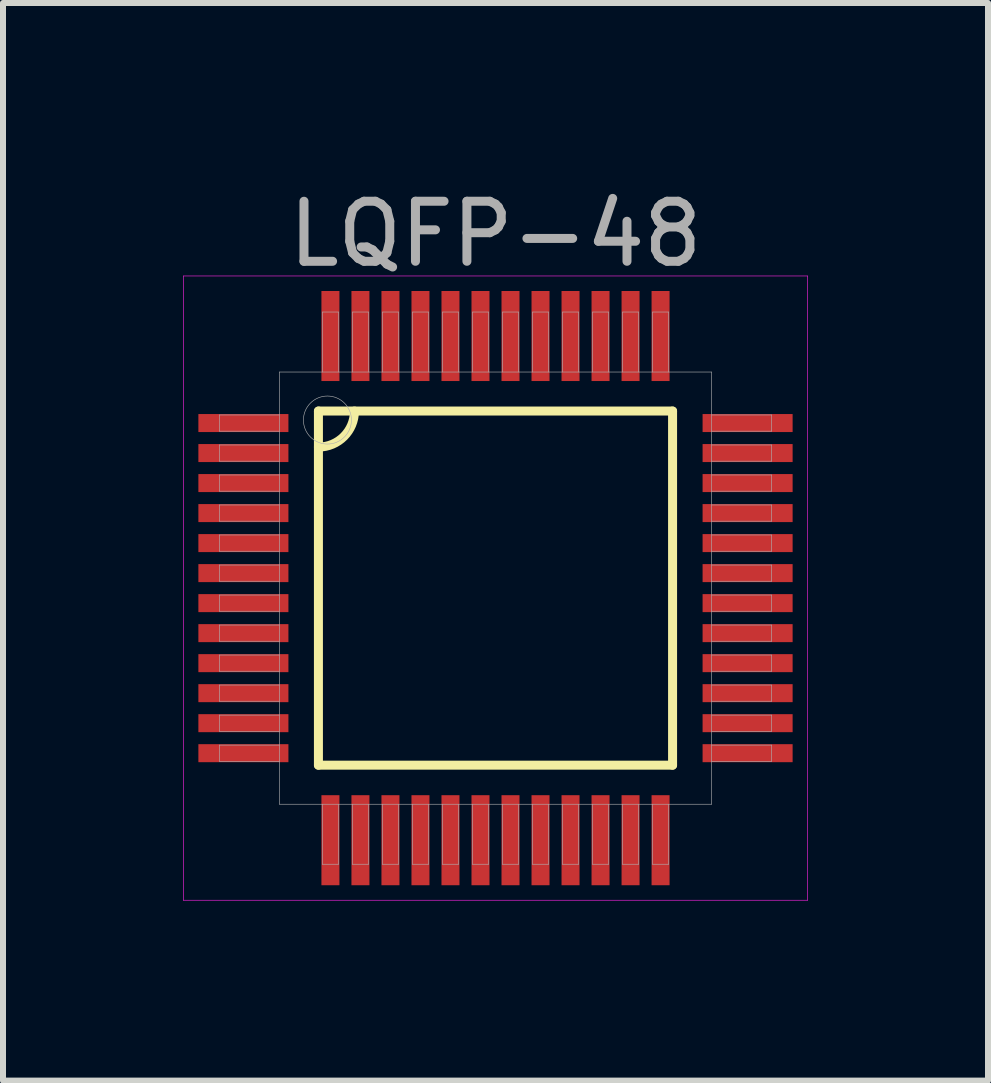
<source format=kicad_pcb>
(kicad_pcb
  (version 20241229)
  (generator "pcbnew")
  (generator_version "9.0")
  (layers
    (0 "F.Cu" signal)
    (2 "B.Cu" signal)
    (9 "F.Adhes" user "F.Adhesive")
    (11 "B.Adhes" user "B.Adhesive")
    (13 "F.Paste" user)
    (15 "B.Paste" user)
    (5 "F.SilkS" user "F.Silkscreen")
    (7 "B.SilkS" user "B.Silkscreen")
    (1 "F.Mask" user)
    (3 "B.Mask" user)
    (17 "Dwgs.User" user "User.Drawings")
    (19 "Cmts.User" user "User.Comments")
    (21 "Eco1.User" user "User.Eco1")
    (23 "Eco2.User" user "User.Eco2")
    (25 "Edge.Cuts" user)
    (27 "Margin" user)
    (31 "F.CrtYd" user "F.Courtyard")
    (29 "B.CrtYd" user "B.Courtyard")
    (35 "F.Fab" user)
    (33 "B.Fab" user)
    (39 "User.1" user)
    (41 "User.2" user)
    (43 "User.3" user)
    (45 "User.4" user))
  (footprint "LQFP-48"
    (layer "F.Cu")
    (at 5.205 6.748)
    (property "Reference" "LQFP-48" (at 0 -5.9 0) (layer "F.Fab") (effects (font (size 1 1) (thickness 0.15))))
    (attr through_hole)
    (fp_line (start -2.95 -2.95) (end 2.95 -2.95) (stroke (width 0.15) (type solid)) (layer "F.SilkS"))
    (fp_line (start -2.95 2.95) (end -2.95 -2.95) (stroke (width 0.15) (type solid)) (layer "F.SilkS"))
    (fp_line (start 2.95 -2.95) (end 2.95 2.95) (stroke (width 0.15) (type solid)) (layer "F.SilkS"))
    (fp_line (start 2.95 2.95) (end -2.95 2.95) (stroke (width 0.15) (type solid)) (layer "F.SilkS"))
    (fp_arc (start -2.35 -2.95) (mid -2.525736 -2.525736) (end -2.95 -2.35) (stroke (width 0.15) (type solid)) (layer "F.SilkS"))
    (fp_line (start -5.2 -5.2) (end 5.2 -5.2) (stroke (width 0.01) (type solid)) (layer "F.CrtYd"))
    (fp_line (start -5.2 5.2) (end -5.2 -5.2) (stroke (width 0.01) (type solid)) (layer "F.CrtYd"))
    (fp_line (start 5.2 -5.2) (end 5.2 5.2) (stroke (width 0.01) (type solid)) (layer "F.CrtYd"))
    (fp_line (start 5.2 5.2) (end -5.2 5.2) (stroke (width 0.01) (type solid)) (layer "F.CrtYd"))
    (fp_line (start -4.6 -2.885) (end -3.6 -2.885) (stroke (width 0.01) (type solid)) (layer "F.Fab"))
    (fp_line (start -4.6 -2.615) (end -4.6 -2.885) (stroke (width 0.01) (type solid)) (layer "F.Fab"))
    (fp_line (start -4.6 -2.385) (end -3.6 -2.385) (stroke (width 0.01) (type solid)) (layer "F.Fab"))
    (fp_line (start -4.6 -2.115) (end -4.6 -2.385) (stroke (width 0.01) (type solid)) (layer "F.Fab"))
    (fp_line (start -4.6 -1.885) (end -3.6 -1.885) (stroke (width 0.01) (type solid)) (layer "F.Fab"))
    (fp_line (start -4.6 -1.615) (end -4.6 -1.885) (stroke (width 0.01) (type solid)) (layer "F.Fab"))
    (fp_line (start -4.6 -1.385) (end -3.6 -1.385) (stroke (width 0.01) (type solid)) (layer "F.Fab"))
    (fp_line (start -4.6 -1.115) (end -4.6 -1.385) (stroke (width 0.01) (type solid)) (layer "F.Fab"))
    (fp_line (start -4.6 -0.885) (end -3.6 -0.885) (stroke (width 0.01) (type solid)) (layer "F.Fab"))
    (fp_line (start -4.6 -0.615) (end -4.6 -0.885) (stroke (width 0.01) (type solid)) (layer "F.Fab"))
    (fp_line (start -4.6 -0.385) (end -3.6 -0.385) (stroke (width 0.01) (type solid)) (layer "F.Fab"))
    (fp_line (start -4.6 -0.115) (end -4.6 -0.385) (stroke (width 0.01) (type solid)) (layer "F.Fab"))
    (fp_line (start -4.6 0.115) (end -3.6 0.115) (stroke (width 0.01) (type solid)) (layer "F.Fab"))
    (fp_line (start -4.6 0.385) (end -4.6 0.115) (stroke (width 0.01) (type solid)) (layer "F.Fab"))
    (fp_line (start -4.6 0.615) (end -3.6 0.615) (stroke (width 0.01) (type solid)) (layer "F.Fab"))
    (fp_line (start -4.6 0.885) (end -4.6 0.615) (stroke (width 0.01) (type solid)) (layer "F.Fab"))
    (fp_line (start -4.6 1.115) (end -3.6 1.115) (stroke (width 0.01) (type solid)) (layer "F.Fab"))
    (fp_line (start -4.6 1.385) (end -4.6 1.115) (stroke (width 0.01) (type solid)) (layer "F.Fab"))
    (fp_line (start -4.6 1.615) (end -3.6 1.615) (stroke (width 0.01) (type solid)) (layer "F.Fab"))
    (fp_line (start -4.6 1.885) (end -4.6 1.615) (stroke (width 0.01) (type solid)) (layer "F.Fab"))
    (fp_line (start -4.6 2.115) (end -3.6 2.115) (stroke (width 0.01) (type solid)) (layer "F.Fab"))
    (fp_line (start -4.6 2.385) (end -4.6 2.115) (stroke (width 0.01) (type solid)) (layer "F.Fab"))
    (fp_line (start -4.6 2.615) (end -3.6 2.615) (stroke (width 0.01) (type solid)) (layer "F.Fab"))
    (fp_line (start -4.6 2.885) (end -4.6 2.615) (stroke (width 0.01) (type solid)) (layer "F.Fab"))
    (fp_line (start -3.6 -3.6) (end 3.6 -3.6) (stroke (width 0.01) (type solid)) (layer "F.Fab"))
    (fp_line (start -3.6 -2.615) (end -4.6 -2.615) (stroke (width 0.01) (type solid)) (layer "F.Fab"))
    (fp_line (start -3.6 -2.115) (end -4.6 -2.115) (stroke (width 0.01) (type solid)) (layer "F.Fab"))
    (fp_line (start -3.6 -1.615) (end -4.6 -1.615) (stroke (width 0.01) (type solid)) (layer "F.Fab"))
    (fp_line (start -3.6 -1.115) (end -4.6 -1.115) (stroke (width 0.01) (type solid)) (layer "F.Fab"))
    (fp_line (start -3.6 -0.615) (end -4.6 -0.615) (stroke (width 0.01) (type solid)) (layer "F.Fab"))
    (fp_line (start -3.6 -0.115) (end -4.6 -0.115) (stroke (width 0.01) (type solid)) (layer "F.Fab"))
    (fp_line (start -3.6 0.385) (end -4.6 0.385) (stroke (width 0.01) (type solid)) (layer "F.Fab"))
    (fp_line (start -3.6 0.885) (end -4.6 0.885) (stroke (width 0.01) (type solid)) (layer "F.Fab"))
    (fp_line (start -3.6 1.385) (end -4.6 1.385) (stroke (width 0.01) (type solid)) (layer "F.Fab"))
    (fp_line (start -3.6 1.885) (end -4.6 1.885) (stroke (width 0.01) (type solid)) (layer "F.Fab"))
    (fp_line (start -3.6 2.385) (end -4.6 2.385) (stroke (width 0.01) (type solid)) (layer "F.Fab"))
    (fp_line (start -3.6 2.885) (end -4.6 2.885) (stroke (width 0.01) (type solid)) (layer "F.Fab"))
    (fp_line (start -3.6 3.6) (end -3.6 -3.6) (stroke (width 0.01) (type solid)) (layer "F.Fab"))
    (fp_line (start -2.885 -4.6) (end -2.615 -4.6) (stroke (width 0.01) (type solid)) (layer "F.Fab"))
    (fp_line (start -2.885 -3.6) (end -2.885 -4.6) (stroke (width 0.01) (type solid)) (layer "F.Fab"))
    (fp_line (start -2.885 4.6) (end -2.885 3.6) (stroke (width 0.01) (type solid)) (layer "F.Fab"))
    (fp_line (start -2.615 -4.6) (end -2.615 -3.6) (stroke (width 0.01) (type solid)) (layer "F.Fab"))
    (fp_line (start -2.615 3.6) (end -2.615 4.6) (stroke (width 0.01) (type solid)) (layer "F.Fab"))
    (fp_line (start -2.615 4.6) (end -2.885 4.6) (stroke (width 0.01) (type solid)) (layer "F.Fab"))
    (fp_line (start -2.385 -4.6) (end -2.115 -4.6) (stroke (width 0.01) (type solid)) (layer "F.Fab"))
    (fp_line (start -2.385 -3.6) (end -2.385 -4.6) (stroke (width 0.01) (type solid)) (layer "F.Fab"))
    (fp_line (start -2.385 4.6) (end -2.385 3.6) (stroke (width 0.01) (type solid)) (layer "F.Fab"))
    (fp_line (start -2.115 -4.6) (end -2.115 -3.6) (stroke (width 0.01) (type solid)) (layer "F.Fab"))
    (fp_line (start -2.115 3.6) (end -2.115 4.6) (stroke (width 0.01) (type solid)) (layer "F.Fab"))
    (fp_line (start -2.115 4.6) (end -2.385 4.6) (stroke (width 0.01) (type solid)) (layer "F.Fab"))
    (fp_line (start -1.885 -4.6) (end -1.615 -4.6) (stroke (width 0.01) (type solid)) (layer "F.Fab"))
    (fp_line (start -1.885 -3.6) (end -1.885 -4.6) (stroke (width 0.01) (type solid)) (layer "F.Fab"))
    (fp_line (start -1.885 4.6) (end -1.885 3.6) (stroke (width 0.01) (type solid)) (layer "F.Fab"))
    (fp_line (start -1.615 -4.6) (end -1.615 -3.6) (stroke (width 0.01) (type solid)) (layer "F.Fab"))
    (fp_line (start -1.615 3.6) (end -1.615 4.6) (stroke (width 0.01) (type solid)) (layer "F.Fab"))
    (fp_line (start -1.615 4.6) (end -1.885 4.6) (stroke (width 0.01) (type solid)) (layer "F.Fab"))
    (fp_line (start -1.385 -4.6) (end -1.115 -4.6) (stroke (width 0.01) (type solid)) (layer "F.Fab"))
    (fp_line (start -1.385 -3.6) (end -1.385 -4.6) (stroke (width 0.01) (type solid)) (layer "F.Fab"))
    (fp_line (start -1.385 4.6) (end -1.385 3.6) (stroke (width 0.01) (type solid)) (layer "F.Fab"))
    (fp_line (start -1.115 -4.6) (end -1.115 -3.6) (stroke (width 0.01) (type solid)) (layer "F.Fab"))
    (fp_line (start -1.115 3.6) (end -1.115 4.6) (stroke (width 0.01) (type solid)) (layer "F.Fab"))
    (fp_line (start -1.115 4.6) (end -1.385 4.6) (stroke (width 0.01) (type solid)) (layer "F.Fab"))
    (fp_line (start -0.885 -4.6) (end -0.615 -4.6) (stroke (width 0.01) (type solid)) (layer "F.Fab"))
    (fp_line (start -0.885 -3.6) (end -0.885 -4.6) (stroke (width 0.01) (type solid)) (layer "F.Fab"))
    (fp_line (start -0.885 4.6) (end -0.885 3.6) (stroke (width 0.01) (type solid)) (layer "F.Fab"))
    (fp_line (start -0.615 -4.6) (end -0.615 -3.6) (stroke (width 0.01) (type solid)) (layer "F.Fab"))
    (fp_line (start -0.615 3.6) (end -0.615 4.6) (stroke (width 0.01) (type solid)) (layer "F.Fab"))
    (fp_line (start -0.615 4.6) (end -0.885 4.6) (stroke (width 0.01) (type solid)) (layer "F.Fab"))
    (fp_line (start -0.385 -4.6) (end -0.115 -4.6) (stroke (width 0.01) (type solid)) (layer "F.Fab"))
    (fp_line (start -0.385 -3.6) (end -0.385 -4.6) (stroke (width 0.01) (type solid)) (layer "F.Fab"))
    (fp_line (start -0.385 4.6) (end -0.385 3.6) (stroke (width 0.01) (type solid)) (layer "F.Fab"))
    (fp_line (start -0.115 -4.6) (end -0.115 -3.6) (stroke (width 0.01) (type solid)) (layer "F.Fab"))
    (fp_line (start -0.115 3.6) (end -0.115 4.6) (stroke (width 0.01) (type solid)) (layer "F.Fab"))
    (fp_line (start -0.115 4.6) (end -0.385 4.6) (stroke (width 0.01) (type solid)) (layer "F.Fab"))
    (fp_line (start 0.115 -4.6) (end 0.385 -4.6) (stroke (width 0.01) (type solid)) (layer "F.Fab"))
    (fp_line (start 0.115 -3.6) (end 0.115 -4.6) (stroke (width 0.01) (type solid)) (layer "F.Fab"))
    (fp_line (start 0.115 4.6) (end 0.115 3.6) (stroke (width 0.01) (type solid)) (layer "F.Fab"))
    (fp_line (start 0.385 -4.6) (end 0.385 -3.6) (stroke (width 0.01) (type solid)) (layer "F.Fab"))
    (fp_line (start 0.385 3.6) (end 0.385 4.6) (stroke (width 0.01) (type solid)) (layer "F.Fab"))
    (fp_line (start 0.385 4.6) (end 0.115 4.6) (stroke (width 0.01) (type solid)) (layer "F.Fab"))
    (fp_line (start 0.615 -4.6) (end 0.885 -4.6) (stroke (width 0.01) (type solid)) (layer "F.Fab"))
    (fp_line (start 0.615 -3.6) (end 0.615 -4.6) (stroke (width 0.01) (type solid)) (layer "F.Fab"))
    (fp_line (start 0.615 4.6) (end 0.615 3.6) (stroke (width 0.01) (type solid)) (layer "F.Fab"))
    (fp_line (start 0.885 -4.6) (end 0.885 -3.6) (stroke (width 0.01) (type solid)) (layer "F.Fab"))
    (fp_line (start 0.885 3.6) (end 0.885 4.6) (stroke (width 0.01) (type solid)) (layer "F.Fab"))
    (fp_line (start 0.885 4.6) (end 0.615 4.6) (stroke (width 0.01) (type solid)) (layer "F.Fab"))
    (fp_line (start 1.115 -4.6) (end 1.385 -4.6) (stroke (width 0.01) (type solid)) (layer "F.Fab"))
    (fp_line (start 1.115 -3.6) (end 1.115 -4.6) (stroke (width 0.01) (type solid)) (layer "F.Fab"))
    (fp_line (start 1.115 4.6) (end 1.115 3.6) (stroke (width 0.01) (type solid)) (layer "F.Fab"))
    (fp_line (start 1.385 -4.6) (end 1.385 -3.6) (stroke (width 0.01) (type solid)) (layer "F.Fab"))
    (fp_line (start 1.385 3.6) (end 1.385 4.6) (stroke (width 0.01) (type solid)) (layer "F.Fab"))
    (fp_line (start 1.385 4.6) (end 1.115 4.6) (stroke (width 0.01) (type solid)) (layer "F.Fab"))
    (fp_line (start 1.615 -4.6) (end 1.885 -4.6) (stroke (width 0.01) (type solid)) (layer "F.Fab"))
    (fp_line (start 1.615 -3.6) (end 1.615 -4.6) (stroke (width 0.01) (type solid)) (layer "F.Fab"))
    (fp_line (start 1.615 4.6) (end 1.615 3.6) (stroke (width 0.01) (type solid)) (layer "F.Fab"))
    (fp_line (start 1.885 -4.6) (end 1.885 -3.6) (stroke (width 0.01) (type solid)) (layer "F.Fab"))
    (fp_line (start 1.885 3.6) (end 1.885 4.6) (stroke (width 0.01) (type solid)) (layer "F.Fab"))
    (fp_line (start 1.885 4.6) (end 1.615 4.6) (stroke (width 0.01) (type solid)) (layer "F.Fab"))
    (fp_line (start 2.115 -4.6) (end 2.385 -4.6) (stroke (width 0.01) (type solid)) (layer "F.Fab"))
    (fp_line (start 2.115 -3.6) (end 2.115 -4.6) (stroke (width 0.01) (type solid)) (layer "F.Fab"))
    (fp_line (start 2.115 4.6) (end 2.115 3.6) (stroke (width 0.01) (type solid)) (layer "F.Fab"))
    (fp_line (start 2.385 -4.6) (end 2.385 -3.6) (stroke (width 0.01) (type solid)) (layer "F.Fab"))
    (fp_line (start 2.385 3.6) (end 2.385 4.6) (stroke (width 0.01) (type solid)) (layer "F.Fab"))
    (fp_line (start 2.385 4.6) (end 2.115 4.6) (stroke (width 0.01) (type solid)) (layer "F.Fab"))
    (fp_line (start 2.615 -4.6) (end 2.885 -4.6) (stroke (width 0.01) (type solid)) (layer "F.Fab"))
    (fp_line (start 2.615 -3.6) (end 2.615 -4.6) (stroke (width 0.01) (type solid)) (layer "F.Fab"))
    (fp_line (start 2.615 4.6) (end 2.615 3.6) (stroke (width 0.01) (type solid)) (layer "F.Fab"))
    (fp_line (start 2.885 -4.6) (end 2.885 -3.6) (stroke (width 0.01) (type solid)) (layer "F.Fab"))
    (fp_line (start 2.885 3.6) (end 2.885 4.6) (stroke (width 0.01) (type solid)) (layer "F.Fab"))
    (fp_line (start 2.885 4.6) (end 2.615 4.6) (stroke (width 0.01) (type solid)) (layer "F.Fab"))
    (fp_line (start 3.6 -3.6) (end 3.6 3.6) (stroke (width 0.01) (type solid)) (layer "F.Fab"))
    (fp_line (start 3.6 -2.885) (end 4.6 -2.885) (stroke (width 0.01) (type solid)) (layer "F.Fab"))
    (fp_line (start 3.6 -2.385) (end 4.6 -2.385) (stroke (width 0.01) (type solid)) (layer "F.Fab"))
    (fp_line (start 3.6 -1.885) (end 4.6 -1.885) (stroke (width 0.01) (type solid)) (layer "F.Fab"))
    (fp_line (start 3.6 -1.385) (end 4.6 -1.385) (stroke (width 0.01) (type solid)) (layer "F.Fab"))
    (fp_line (start 3.6 -0.885) (end 4.6 -0.885) (stroke (width 0.01) (type solid)) (layer "F.Fab"))
    (fp_line (start 3.6 -0.385) (end 4.6 -0.385) (stroke (width 0.01) (type solid)) (layer "F.Fab"))
    (fp_line (start 3.6 0.115) (end 4.6 0.115) (stroke (width 0.01) (type solid)) (layer "F.Fab"))
    (fp_line (start 3.6 0.615) (end 4.6 0.615) (stroke (width 0.01) (type solid)) (layer "F.Fab"))
    (fp_line (start 3.6 1.115) (end 4.6 1.115) (stroke (width 0.01) (type solid)) (layer "F.Fab"))
    (fp_line (start 3.6 1.615) (end 4.6 1.615) (stroke (width 0.01) (type solid)) (layer "F.Fab"))
    (fp_line (start 3.6 2.115) (end 4.6 2.115) (stroke (width 0.01) (type solid)) (layer "F.Fab"))
    (fp_line (start 3.6 2.615) (end 4.6 2.615) (stroke (width 0.01) (type solid)) (layer "F.Fab"))
    (fp_line (start 3.6 3.6) (end -3.6 3.6) (stroke (width 0.01) (type solid)) (layer "F.Fab"))
    (fp_line (start 4.6 -2.885) (end 4.6 -2.615) (stroke (width 0.01) (type solid)) (layer "F.Fab"))
    (fp_line (start 4.6 -2.615) (end 3.6 -2.615) (stroke (width 0.01) (type solid)) (layer "F.Fab"))
    (fp_line (start 4.6 -2.385) (end 4.6 -2.115) (stroke (width 0.01) (type solid)) (layer "F.Fab"))
    (fp_line (start 4.6 -2.115) (end 3.6 -2.115) (stroke (width 0.01) (type solid)) (layer "F.Fab"))
    (fp_line (start 4.6 -1.885) (end 4.6 -1.615) (stroke (width 0.01) (type solid)) (layer "F.Fab"))
    (fp_line (start 4.6 -1.615) (end 3.6 -1.615) (stroke (width 0.01) (type solid)) (layer "F.Fab"))
    (fp_line (start 4.6 -1.385) (end 4.6 -1.115) (stroke (width 0.01) (type solid)) (layer "F.Fab"))
    (fp_line (start 4.6 -1.115) (end 3.6 -1.115) (stroke (width 0.01) (type solid)) (layer "F.Fab"))
    (fp_line (start 4.6 -0.885) (end 4.6 -0.615) (stroke (width 0.01) (type solid)) (layer "F.Fab"))
    (fp_line (start 4.6 -0.615) (end 3.6 -0.615) (stroke (width 0.01) (type solid)) (layer "F.Fab"))
    (fp_line (start 4.6 -0.385) (end 4.6 -0.115) (stroke (width 0.01) (type solid)) (layer "F.Fab"))
    (fp_line (start 4.6 -0.115) (end 3.6 -0.115) (stroke (width 0.01) (type solid)) (layer "F.Fab"))
    (fp_line (start 4.6 0.115) (end 4.6 0.385) (stroke (width 0.01) (type solid)) (layer "F.Fab"))
    (fp_line (start 4.6 0.385) (end 3.6 0.385) (stroke (width 0.01) (type solid)) (layer "F.Fab"))
    (fp_line (start 4.6 0.615) (end 4.6 0.885) (stroke (width 0.01) (type solid)) (layer "F.Fab"))
    (fp_line (start 4.6 0.885) (end 3.6 0.885) (stroke (width 0.01) (type solid)) (layer "F.Fab"))
    (fp_line (start 4.6 1.115) (end 4.6 1.385) (stroke (width 0.01) (type solid)) (layer "F.Fab"))
    (fp_line (start 4.6 1.385) (end 3.6 1.385) (stroke (width 0.01) (type solid)) (layer "F.Fab"))
    (fp_line (start 4.6 1.615) (end 4.6 1.885) (stroke (width 0.01) (type solid)) (layer "F.Fab"))
    (fp_line (start 4.6 1.885) (end 3.6 1.885) (stroke (width 0.01) (type solid)) (layer "F.Fab"))
    (fp_line (start 4.6 2.115) (end 4.6 2.385) (stroke (width 0.01) (type solid)) (layer "F.Fab"))
    (fp_line (start 4.6 2.385) (end 3.6 2.385) (stroke (width 0.01) (type solid)) (layer "F.Fab"))
    (fp_line (start 4.6 2.615) (end 4.6 2.885) (stroke (width 0.01) (type solid)) (layer "F.Fab"))
    (fp_line (start 4.6 2.885) (end 3.6 2.885) (stroke (width 0.01) (type solid)) (layer "F.Fab"))
    (fp_circle (center -2.8 -2.8) (end -2.8 -2.4) (stroke (width 0.01) (type solid)) (fill no) (layer "F.Fab"))
    (pad "1" smd rect (at -4.2 -2.75) (size 1.5 0.3) (layers "F.Cu" "F.Mask" "F.Paste"))
    (pad "2" smd rect (at -4.2 -2.25) (size 1.5 0.3) (layers "F.Cu" "F.Mask" "F.Paste"))
    (pad "3" smd rect (at -4.2 -1.75) (size 1.5 0.3) (layers "F.Cu" "F.Mask" "F.Paste"))
    (pad "4" smd rect (at -4.2 -1.25) (size 1.5 0.3) (layers "F.Cu" "F.Mask" "F.Paste"))
    (pad "5" smd rect (at -4.2 -0.75) (size 1.5 0.3) (layers "F.Cu" "F.Mask" "F.Paste"))
    (pad "6" smd rect (at -4.2 -0.25) (size 1.5 0.3) (layers "F.Cu" "F.Mask" "F.Paste"))
    (pad "7" smd rect (at -4.2 0.25) (size 1.5 0.3) (layers "F.Cu" "F.Mask" "F.Paste"))
    (pad "8" smd rect (at -4.2 0.75) (size 1.5 0.3) (layers "F.Cu" "F.Mask" "F.Paste"))
    (pad "9" smd rect (at -4.2 1.25) (size 1.5 0.3) (layers "F.Cu" "F.Mask" "F.Paste"))
    (pad "10" smd rect (at -4.2 1.75) (size 1.5 0.3) (layers "F.Cu" "F.Mask" "F.Paste"))
    (pad "11" smd rect (at -4.2 2.25) (size 1.5 0.3) (layers "F.Cu" "F.Mask" "F.Paste"))
    (pad "12" smd rect (at -4.2 2.75) (size 1.5 0.3) (layers "F.Cu" "F.Mask" "F.Paste"))
    (pad "13" smd rect (at -2.75 4.2) (size 0.3 1.5) (layers "F.Cu" "F.Mask" "F.Paste"))
    (pad "14" smd rect (at -2.25 4.2) (size 0.3 1.5) (layers "F.Cu" "F.Mask" "F.Paste"))
    (pad "15" smd rect (at -1.75 4.2) (size 0.3 1.5) (layers "F.Cu" "F.Mask" "F.Paste"))
    (pad "16" smd rect (at -1.25 4.2) (size 0.3 1.5) (layers "F.Cu" "F.Mask" "F.Paste"))
    (pad "17" smd rect (at -0.75 4.2) (size 0.3 1.5) (layers "F.Cu" "F.Mask" "F.Paste"))
    (pad "18" smd rect (at -0.25 4.2) (size 0.3 1.5) (layers "F.Cu" "F.Mask" "F.Paste"))
    (pad "19" smd rect (at 0.25 4.2) (size 0.3 1.5) (layers "F.Cu" "F.Mask" "F.Paste"))
    (pad "20" smd rect (at 0.75 4.2) (size 0.3 1.5) (layers "F.Cu" "F.Mask" "F.Paste"))
    (pad "21" smd rect (at 1.25 4.2) (size 0.3 1.5) (layers "F.Cu" "F.Mask" "F.Paste"))
    (pad "22" smd rect (at 1.75 4.2) (size 0.3 1.5) (layers "F.Cu" "F.Mask" "F.Paste"))
    (pad "23" smd rect (at 2.25 4.2) (size 0.3 1.5) (layers "F.Cu" "F.Mask" "F.Paste"))
    (pad "24" smd rect (at 2.75 4.2) (size 0.3 1.5) (layers "F.Cu" "F.Mask" "F.Paste"))
    (pad "25" smd rect (at 4.2 2.75) (size 1.5 0.3) (layers "F.Cu" "F.Mask" "F.Paste"))
    (pad "26" smd rect (at 4.2 2.25) (size 1.5 0.3) (layers "F.Cu" "F.Mask" "F.Paste"))
    (pad "27" smd rect (at 4.2 1.75) (size 1.5 0.3) (layers "F.Cu" "F.Mask" "F.Paste"))
    (pad "28" smd rect (at 4.2 1.25) (size 1.5 0.3) (layers "F.Cu" "F.Mask" "F.Paste"))
    (pad "29" smd rect (at 4.2 0.75) (size 1.5 0.3) (layers "F.Cu" "F.Mask" "F.Paste"))
    (pad "30" smd rect (at 4.2 0.25) (size 1.5 0.3) (layers "F.Cu" "F.Mask" "F.Paste"))
    (pad "31" smd rect (at 4.2 -0.25) (size 1.5 0.3) (layers "F.Cu" "F.Mask" "F.Paste"))
    (pad "32" smd rect (at 4.2 -0.75) (size 1.5 0.3) (layers "F.Cu" "F.Mask" "F.Paste"))
    (pad "33" smd rect (at 4.2 -1.25) (size 1.5 0.3) (layers "F.Cu" "F.Mask" "F.Paste"))
    (pad "34" smd rect (at 4.2 -1.75) (size 1.5 0.3) (layers "F.Cu" "F.Mask" "F.Paste"))
    (pad "35" smd rect (at 4.2 -2.25) (size 1.5 0.3) (layers "F.Cu" "F.Mask" "F.Paste"))
    (pad "36" smd rect (at 4.2 -2.75) (size 1.5 0.3) (layers "F.Cu" "F.Mask" "F.Paste"))
    (pad "37" smd rect (at 2.75 -4.2) (size 0.3 1.5) (layers "F.Cu" "F.Mask" "F.Paste"))
    (pad "38" smd rect (at 2.25 -4.2) (size 0.3 1.5) (layers "F.Cu" "F.Mask" "F.Paste"))
    (pad "39" smd rect (at 1.75 -4.2) (size 0.3 1.5) (layers "F.Cu" "F.Mask" "F.Paste"))
    (pad "40" smd rect (at 1.25 -4.2) (size 0.3 1.5) (layers "F.Cu" "F.Mask" "F.Paste"))
    (pad "41" smd rect (at 0.75 -4.2) (size 0.3 1.5) (layers "F.Cu" "F.Mask" "F.Paste"))
    (pad "42" smd rect (at 0.25 -4.2) (size 0.3 1.5) (layers "F.Cu" "F.Mask" "F.Paste"))
    (pad "43" smd rect (at -0.25 -4.2) (size 0.3 1.5) (layers "F.Cu" "F.Mask" "F.Paste"))
    (pad "44" smd rect (at -0.75 -4.2) (size 0.3 1.5) (layers "F.Cu" "F.Mask" "F.Paste"))
    (pad "45" smd rect (at -1.25 -4.2) (size 0.3 1.5) (layers "F.Cu" "F.Mask" "F.Paste"))
    (pad "46" smd rect (at -1.75 -4.2) (size 0.3 1.5) (layers "F.Cu" "F.Mask" "F.Paste"))
    (pad "47" smd rect (at -2.25 -4.2) (size 0.3 1.5) (layers "F.Cu" "F.Mask" "F.Paste"))
    (pad "48" smd rect (at -2.75 -4.2) (size 0.3 1.5) (layers "F.Cu" "F.Mask" "F.Paste")))
  (gr_rect
    (start -3 -3)
    (end 13.41 14.953)
    (stroke (width 0.1) (type default))
    (fill no)
    (layer "Edge.Cuts")))
</source>
